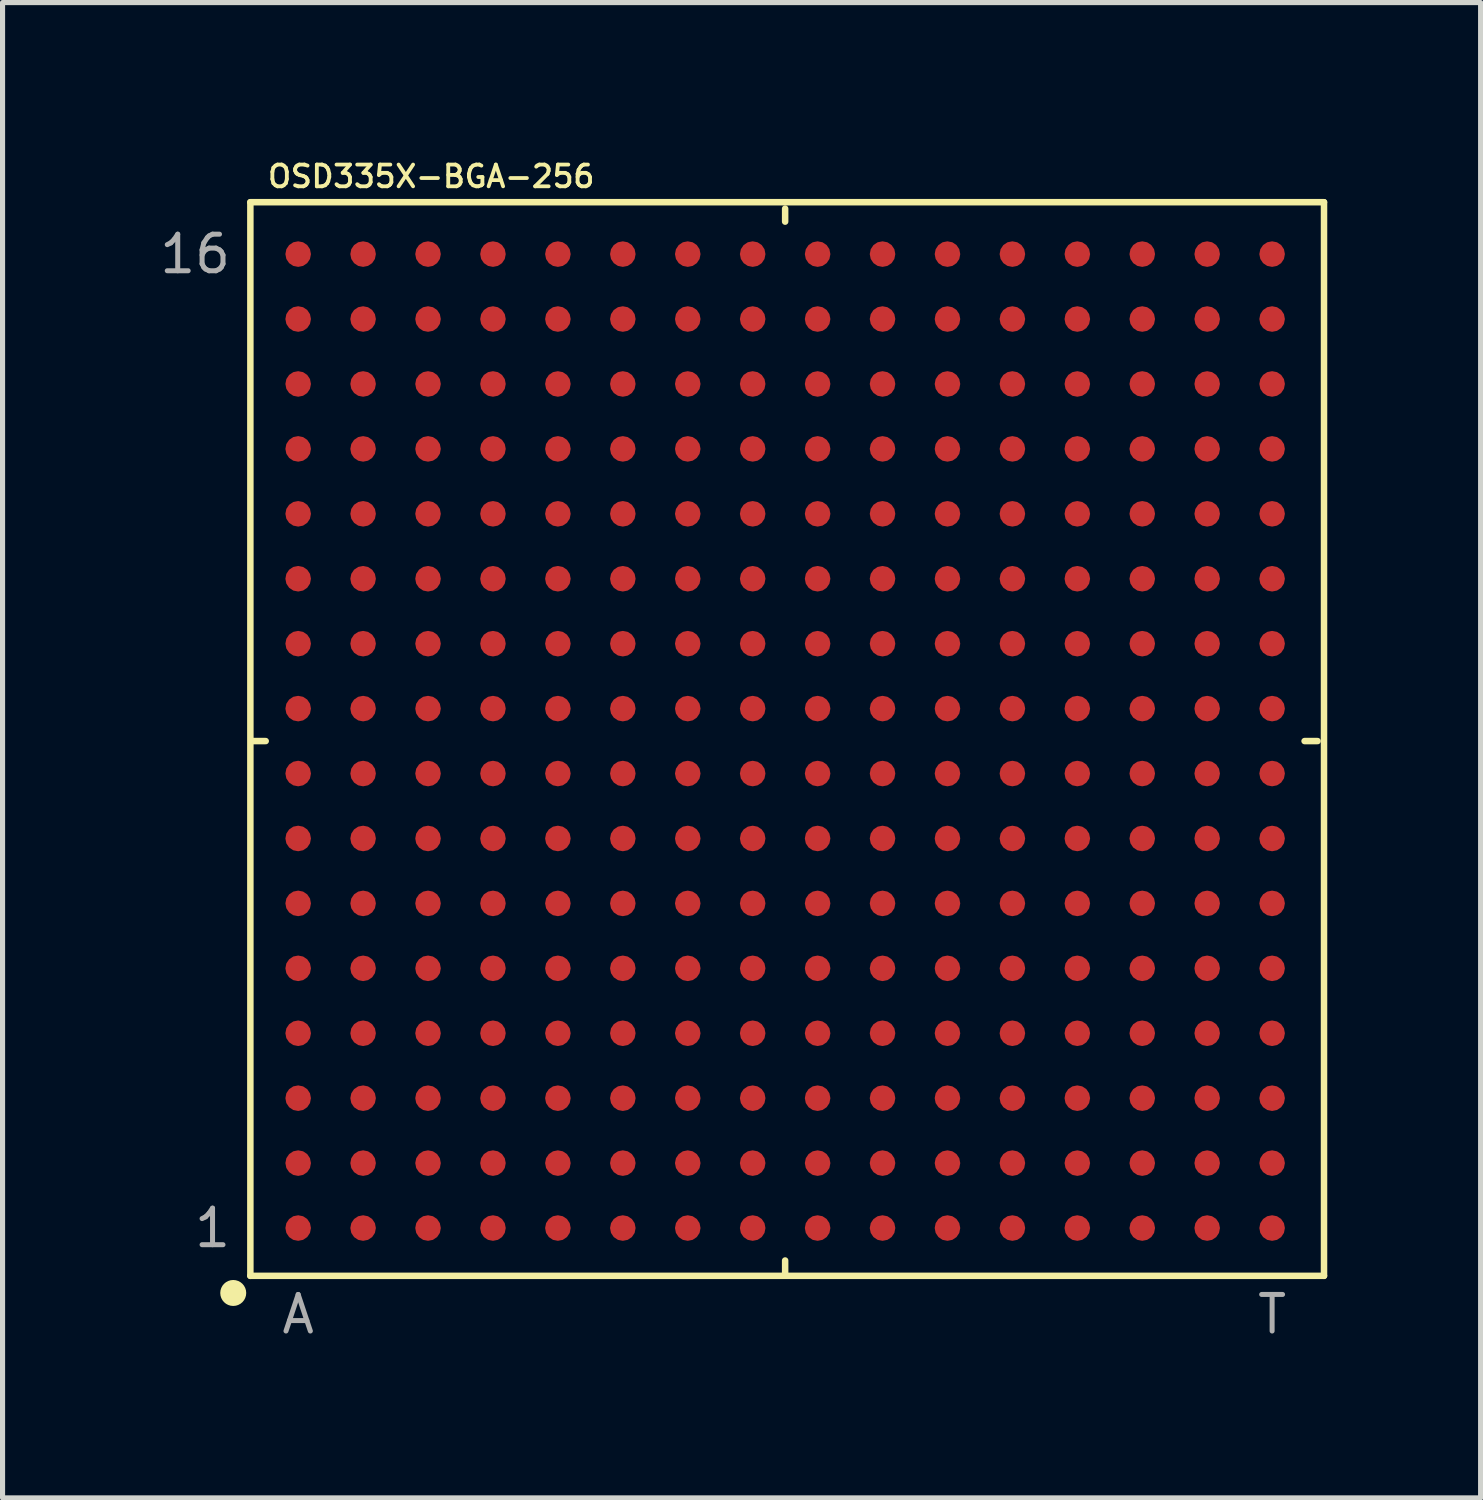
<source format=kicad_pcb>
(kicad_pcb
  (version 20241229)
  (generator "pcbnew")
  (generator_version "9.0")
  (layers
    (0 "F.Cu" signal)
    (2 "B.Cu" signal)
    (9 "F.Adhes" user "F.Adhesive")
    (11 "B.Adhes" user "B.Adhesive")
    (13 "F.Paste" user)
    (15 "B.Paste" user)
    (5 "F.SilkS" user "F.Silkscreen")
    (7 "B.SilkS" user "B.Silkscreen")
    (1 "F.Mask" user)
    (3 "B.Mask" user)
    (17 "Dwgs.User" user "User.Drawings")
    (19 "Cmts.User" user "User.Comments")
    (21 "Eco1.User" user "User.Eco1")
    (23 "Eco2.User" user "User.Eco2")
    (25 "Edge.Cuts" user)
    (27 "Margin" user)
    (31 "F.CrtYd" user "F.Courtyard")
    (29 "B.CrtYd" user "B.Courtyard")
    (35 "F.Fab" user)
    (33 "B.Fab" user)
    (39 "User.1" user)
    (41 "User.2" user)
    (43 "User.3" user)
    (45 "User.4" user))
  (footprint "OSD335X-BGA-256"
    (layer "F.Cu")
    (at 12.307 11.445)
    (property "Reference" "OSD335X-BGA-256" (at -10.16 -10.795 0) (unlocked yes) (layer "F.SilkS") (effects (font (size 0.425 0.425) (thickness 0.075)) (justify left bottom)))
    (fp_line (start -10.46 -10.54) (end -10.46 10.46) (stroke (width 0.127) (type solid)) (layer "F.SilkS"))
    (fp_line (start -10.46 10.46) (end 10.54 10.46) (stroke (width 0.127) (type solid)) (layer "F.SilkS"))
    (fp_line (start -10.414 0) (end -10.16 0) (stroke (width 0.127) (type solid)) (layer "F.SilkS"))
    (fp_line (start 0 -10.414) (end 0 -10.16) (stroke (width 0.127) (type solid)) (layer "F.SilkS"))
    (fp_line (start 0 10.414) (end 0 10.16) (stroke (width 0.127) (type solid)) (layer "F.SilkS"))
    (fp_line (start 10.414 0) (end 10.16 0) (stroke (width 0.127) (type solid)) (layer "F.SilkS"))
    (fp_line (start 10.54 -10.54) (end -10.46 -10.54) (stroke (width 0.127) (type solid)) (layer "F.SilkS"))
    (fp_line (start 10.54 10.46) (end 10.54 -10.54) (stroke (width 0.127) (type solid)) (layer "F.SilkS"))
    (fp_circle (center -10.795 10.795) (end -10.668 10.795) (stroke (width 0.254) (type solid)) (fill no) (layer "F.SilkS"))
    (fp_text user "1" (at -10.795 9.525 0) (unlocked yes) (layer "F.Fab") (effects (font (size 0.715 0.715) (thickness 0.098)) (justify right)))
    (fp_text user "A" (at -9.525 10.795 0) (unlocked yes) (layer "F.Fab") (effects (font (size 0.715 0.715) (thickness 0.098)) (justify top)))
    (fp_text user "16" (at -10.795 -9.525 0) (unlocked yes) (layer "F.Fab") (effects (font (size 0.715 0.715) (thickness 0.098)) (justify right)))
    (fp_text user "T" (at 9.525 10.795 0) (unlocked yes) (layer "F.Fab") (effects (font (size 0.715 0.715) (thickness 0.098)) (justify top)))
    (pad "A1" smd roundrect (at -9.525 9.525) (size 0.5 0.5) (layers "F.Cu" "F.Mask" "F.Paste") (roundrect_rratio 0.5))
    (pad "A2" smd roundrect (at -9.525 8.255) (size 0.5 0.5) (layers "F.Cu" "F.Mask" "F.Paste") (roundrect_rratio 0.5))
    (pad "A3" smd roundrect (at -9.525 6.985) (size 0.5 0.5) (layers "F.Cu" "F.Mask" "F.Paste") (roundrect_rratio 0.5))
    (pad "A4" smd roundrect (at -9.525 5.715) (size 0.5 0.5) (layers "F.Cu" "F.Mask" "F.Paste") (roundrect_rratio 0.5))
    (pad "A5" smd roundrect (at -9.525 4.445) (size 0.5 0.5) (layers "F.Cu" "F.Mask" "F.Paste") (roundrect_rratio 0.5))
    (pad "A6" smd roundrect (at -9.525 3.175) (size 0.5 0.5) (layers "F.Cu" "F.Mask" "F.Paste") (roundrect_rratio 0.5))
    (pad "A7" smd roundrect (at -9.525 1.905) (size 0.5 0.5) (layers "F.Cu" "F.Mask" "F.Paste") (roundrect_rratio 0.5))
    (pad "A8" smd roundrect (at -9.525 0.635) (size 0.5 0.5) (layers "F.Cu" "F.Mask" "F.Paste") (roundrect_rratio 0.5))
    (pad "A9" smd roundrect (at -9.525 -0.635) (size 0.5 0.5) (layers "F.Cu" "F.Mask" "F.Paste") (roundrect_rratio 0.5))
    (pad "A10" smd roundrect (at -9.525 -1.905) (size 0.5 0.5) (layers "F.Cu" "F.Mask" "F.Paste") (roundrect_rratio 0.5))
    (pad "A11" smd roundrect (at -9.525 -3.175) (size 0.5 0.5) (layers "F.Cu" "F.Mask" "F.Paste") (roundrect_rratio 0.5))
    (pad "A12" smd roundrect (at -9.525 -4.445) (size 0.5 0.5) (layers "F.Cu" "F.Mask" "F.Paste") (roundrect_rratio 0.5))
    (pad "A13" smd roundrect (at -9.525 -5.715) (size 0.5 0.5) (layers "F.Cu" "F.Mask" "F.Paste") (roundrect_rratio 0.5))
    (pad "A14" smd roundrect (at -9.525 -6.985) (size 0.5 0.5) (layers "F.Cu" "F.Mask" "F.Paste") (roundrect_rratio 0.5))
    (pad "A15" smd roundrect (at -9.525 -8.255) (size 0.5 0.5) (layers "F.Cu" "F.Mask" "F.Paste") (roundrect_rratio 0.5))
    (pad "A16" smd roundrect (at -9.525 -9.525) (size 0.5 0.5) (layers "F.Cu" "F.Mask" "F.Paste") (roundrect_rratio 0.5))
    (pad "B1" smd roundrect (at -8.255 9.525) (size 0.5 0.5) (layers "F.Cu" "F.Mask" "F.Paste") (roundrect_rratio 0.5))
    (pad "B2" smd roundrect (at -8.255 8.255) (size 0.5 0.5) (layers "F.Cu" "F.Mask" "F.Paste") (roundrect_rratio 0.5))
    (pad "B3" smd roundrect (at -8.255 6.985) (size 0.5 0.5) (layers "F.Cu" "F.Mask" "F.Paste") (roundrect_rratio 0.5))
    (pad "B4" smd roundrect (at -8.255 5.715) (size 0.5 0.5) (layers "F.Cu" "F.Mask" "F.Paste") (roundrect_rratio 0.5))
    (pad "B5" smd roundrect (at -8.255 4.445) (size 0.5 0.5) (layers "F.Cu" "F.Mask" "F.Paste") (roundrect_rratio 0.5))
    (pad "B6" smd roundrect (at -8.255 3.175) (size 0.5 0.5) (layers "F.Cu" "F.Mask" "F.Paste") (roundrect_rratio 0.5))
    (pad "B7" smd roundrect (at -8.255 1.905) (size 0.5 0.5) (layers "F.Cu" "F.Mask" "F.Paste") (roundrect_rratio 0.5))
    (pad "B8" smd roundrect (at -8.255 0.635) (size 0.5 0.5) (layers "F.Cu" "F.Mask" "F.Paste") (roundrect_rratio 0.5))
    (pad "B9" smd roundrect (at -8.255 -0.635) (size 0.5 0.5) (layers "F.Cu" "F.Mask" "F.Paste") (roundrect_rratio 0.5))
    (pad "B10" smd roundrect (at -8.255 -1.905) (size 0.5 0.5) (layers "F.Cu" "F.Mask" "F.Paste") (roundrect_rratio 0.5))
    (pad "B11" smd roundrect (at -8.255 -3.175) (size 0.5 0.5) (layers "F.Cu" "F.Mask" "F.Paste") (roundrect_rratio 0.5))
    (pad "B12" smd roundrect (at -8.255 -4.445) (size 0.5 0.5) (layers "F.Cu" "F.Mask" "F.Paste") (roundrect_rratio 0.5))
    (pad "B13" smd roundrect (at -8.255 -5.715) (size 0.5 0.5) (layers "F.Cu" "F.Mask" "F.Paste") (roundrect_rratio 0.5))
    (pad "B14" smd roundrect (at -8.255 -6.985) (size 0.5 0.5) (layers "F.Cu" "F.Mask" "F.Paste") (roundrect_rratio 0.5))
    (pad "B15" smd roundrect (at -8.255 -8.255) (size 0.5 0.5) (layers "F.Cu" "F.Mask" "F.Paste") (roundrect_rratio 0.5))
    (pad "B16" smd roundrect (at -8.255 -9.525) (size 0.5 0.5) (layers "F.Cu" "F.Mask" "F.Paste") (roundrect_rratio 0.5))
    (pad "C1" smd roundrect (at -6.985 9.525) (size 0.5 0.5) (layers "F.Cu" "F.Mask" "F.Paste") (roundrect_rratio 0.5))
    (pad "C2" smd roundrect (at -6.985 8.255) (size 0.5 0.5) (layers "F.Cu" "F.Mask" "F.Paste") (roundrect_rratio 0.5))
    (pad "C3" smd roundrect (at -6.985 6.985) (size 0.5 0.5) (layers "F.Cu" "F.Mask" "F.Paste") (roundrect_rratio 0.5))
    (pad "C4" smd roundrect (at -6.985 5.715) (size 0.5 0.5) (layers "F.Cu" "F.Mask" "F.Paste") (roundrect_rratio 0.5))
    (pad "C5" smd roundrect (at -6.985 4.445) (size 0.5 0.5) (layers "F.Cu" "F.Mask" "F.Paste") (roundrect_rratio 0.5))
    (pad "C6" smd roundrect (at -6.985 3.175) (size 0.5 0.5) (layers "F.Cu" "F.Mask" "F.Paste") (roundrect_rratio 0.5))
    (pad "C7" smd roundrect (at -6.985 1.905) (size 0.5 0.5) (layers "F.Cu" "F.Mask" "F.Paste") (roundrect_rratio 0.5))
    (pad "C8" smd roundrect (at -6.985 0.635) (size 0.5 0.5) (layers "F.Cu" "F.Mask" "F.Paste") (roundrect_rratio 0.5))
    (pad "C9" smd roundrect (at -6.985 -0.635) (size 0.5 0.5) (layers "F.Cu" "F.Mask" "F.Paste") (roundrect_rratio 0.5))
    (pad "C10" smd roundrect (at -6.985 -1.905) (size 0.5 0.5) (layers "F.Cu" "F.Mask" "F.Paste") (roundrect_rratio 0.5))
    (pad "C11" smd roundrect (at -6.985 -3.175) (size 0.5 0.5) (layers "F.Cu" "F.Mask" "F.Paste") (roundrect_rratio 0.5))
    (pad "C12" smd roundrect (at -6.985 -4.445) (size 0.5 0.5) (layers "F.Cu" "F.Mask" "F.Paste") (roundrect_rratio 0.5))
    (pad "C13" smd roundrect (at -6.985 -5.715) (size 0.5 0.5) (layers "F.Cu" "F.Mask" "F.Paste") (roundrect_rratio 0.5))
    (pad "C14" smd roundrect (at -6.985 -6.985) (size 0.5 0.5) (layers "F.Cu" "F.Mask" "F.Paste") (roundrect_rratio 0.5))
    (pad "C15" smd roundrect (at -6.985 -8.255) (size 0.5 0.5) (layers "F.Cu" "F.Mask" "F.Paste") (roundrect_rratio 0.5))
    (pad "C16" smd roundrect (at -6.985 -9.525) (size 0.5 0.5) (layers "F.Cu" "F.Mask" "F.Paste") (roundrect_rratio 0.5))
    (pad "D1" smd roundrect (at -5.715 9.525) (size 0.5 0.5) (layers "F.Cu" "F.Mask" "F.Paste") (roundrect_rratio 0.5))
    (pad "D2" smd roundrect (at -5.715 8.255) (size 0.5 0.5) (layers "F.Cu" "F.Mask" "F.Paste") (roundrect_rratio 0.5))
    (pad "D3" smd roundrect (at -5.715 6.985) (size 0.5 0.5) (layers "F.Cu" "F.Mask" "F.Paste") (roundrect_rratio 0.5))
    (pad "D4" smd roundrect (at -5.715 5.715) (size 0.5 0.5) (layers "F.Cu" "F.Mask" "F.Paste") (roundrect_rratio 0.5))
    (pad "D5" smd roundrect (at -5.715 4.445) (size 0.5 0.5) (layers "F.Cu" "F.Mask" "F.Paste") (roundrect_rratio 0.5))
    (pad "D6" smd roundrect (at -5.715 3.175) (size 0.5 0.5) (layers "F.Cu" "F.Mask" "F.Paste") (roundrect_rratio 0.5))
    (pad "D7" smd roundrect (at -5.715 1.905) (size 0.5 0.5) (layers "F.Cu" "F.Mask" "F.Paste") (roundrect_rratio 0.5))
    (pad "D8" smd roundrect (at -5.715 0.635) (size 0.5 0.5) (layers "F.Cu" "F.Mask" "F.Paste") (roundrect_rratio 0.5))
    (pad "D9" smd roundrect (at -5.715 -0.635) (size 0.5 0.5) (layers "F.Cu" "F.Mask" "F.Paste") (roundrect_rratio 0.5))
    (pad "D10" smd roundrect (at -5.715 -1.905) (size 0.5 0.5) (layers "F.Cu" "F.Mask" "F.Paste") (roundrect_rratio 0.5))
    (pad "D11" smd roundrect (at -5.715 -3.175) (size 0.5 0.5) (layers "F.Cu" "F.Mask" "F.Paste") (roundrect_rratio 0.5))
    (pad "D12" smd roundrect (at -5.715 -4.445) (size 0.5 0.5) (layers "F.Cu" "F.Mask" "F.Paste") (roundrect_rratio 0.5))
    (pad "D13" smd roundrect (at -5.715 -5.715) (size 0.5 0.5) (layers "F.Cu" "F.Mask" "F.Paste") (roundrect_rratio 0.5))
    (pad "D14" smd roundrect (at -5.715 -6.985) (size 0.5 0.5) (layers "F.Cu" "F.Mask" "F.Paste") (roundrect_rratio 0.5))
    (pad "D15" smd roundrect (at -5.715 -8.255) (size 0.5 0.5) (layers "F.Cu" "F.Mask" "F.Paste") (roundrect_rratio 0.5))
    (pad "D16" smd roundrect (at -5.715 -9.525) (size 0.5 0.5) (layers "F.Cu" "F.Mask" "F.Paste") (roundrect_rratio 0.5))
    (pad "E1" smd roundrect (at -4.445 9.525) (size 0.5 0.5) (layers "F.Cu" "F.Mask" "F.Paste") (roundrect_rratio 0.5))
    (pad "E2" smd roundrect (at -4.445 8.255) (size 0.5 0.5) (layers "F.Cu" "F.Mask" "F.Paste") (roundrect_rratio 0.5))
    (pad "E3" smd roundrect (at -4.445 6.985) (size 0.5 0.5) (layers "F.Cu" "F.Mask" "F.Paste") (roundrect_rratio 0.5))
    (pad "E4" smd roundrect (at -4.445 5.715) (size 0.5 0.5) (layers "F.Cu" "F.Mask" "F.Paste") (roundrect_rratio 0.5))
    (pad "E5" smd roundrect (at -4.445 4.445) (size 0.5 0.5) (layers "F.Cu" "F.Mask" "F.Paste") (roundrect_rratio 0.5))
    (pad "E6" smd roundrect (at -4.445 3.175) (size 0.5 0.5) (layers "F.Cu" "F.Mask" "F.Paste") (roundrect_rratio 0.5))
    (pad "E7" smd roundrect (at -4.445 1.905) (size 0.5 0.5) (layers "F.Cu" "F.Mask" "F.Paste") (roundrect_rratio 0.5))
    (pad "E8" smd roundrect (at -4.445 0.635) (size 0.5 0.5) (layers "F.Cu" "F.Mask" "F.Paste") (roundrect_rratio 0.5))
    (pad "E9" smd roundrect (at -4.445 -0.635) (size 0.5 0.5) (layers "F.Cu" "F.Mask" "F.Paste") (roundrect_rratio 0.5))
    (pad "E10" smd roundrect (at -4.445 -1.905) (size 0.5 0.5) (layers "F.Cu" "F.Mask" "F.Paste") (roundrect_rratio 0.5))
    (pad "E11" smd roundrect (at -4.445 -3.175) (size 0.5 0.5) (layers "F.Cu" "F.Mask" "F.Paste") (roundrect_rratio 0.5))
    (pad "E12" smd roundrect (at -4.445 -4.445) (size 0.5 0.5) (layers "F.Cu" "F.Mask" "F.Paste") (roundrect_rratio 0.5))
    (pad "E13" smd roundrect (at -4.445 -5.715) (size 0.5 0.5) (layers "F.Cu" "F.Mask" "F.Paste") (roundrect_rratio 0.5))
    (pad "E14" smd roundrect (at -4.445 -6.985) (size 0.5 0.5) (layers "F.Cu" "F.Mask" "F.Paste") (roundrect_rratio 0.5))
    (pad "E15" smd roundrect (at -4.445 -8.255) (size 0.5 0.5) (layers "F.Cu" "F.Mask" "F.Paste") (roundrect_rratio 0.5))
    (pad "E16" smd roundrect (at -4.445 -9.525) (size 0.5 0.5) (layers "F.Cu" "F.Mask" "F.Paste") (roundrect_rratio 0.5))
    (pad "F1" smd roundrect (at -3.175 9.525) (size 0.5 0.5) (layers "F.Cu" "F.Mask" "F.Paste") (roundrect_rratio 0.5))
    (pad "F2" smd roundrect (at -3.175 8.255) (size 0.5 0.5) (layers "F.Cu" "F.Mask" "F.Paste") (roundrect_rratio 0.5))
    (pad "F3" smd roundrect (at -3.175 6.985) (size 0.5 0.5) (layers "F.Cu" "F.Mask" "F.Paste") (roundrect_rratio 0.5))
    (pad "F4" smd roundrect (at -3.175 5.715) (size 0.5 0.5) (layers "F.Cu" "F.Mask" "F.Paste") (roundrect_rratio 0.5))
    (pad "F5" smd roundrect (at -3.175 4.445) (size 0.5 0.5) (layers "F.Cu" "F.Mask" "F.Paste") (roundrect_rratio 0.5))
    (pad "F6" smd roundrect (at -3.175 3.175) (size 0.5 0.5) (layers "F.Cu" "F.Mask" "F.Paste") (roundrect_rratio 0.5))
    (pad "F7" smd roundrect (at -3.175 1.905) (size 0.5 0.5) (layers "F.Cu" "F.Mask" "F.Paste") (roundrect_rratio 0.5))
    (pad "F8" smd roundrect (at -3.175 0.635) (size 0.5 0.5) (layers "F.Cu" "F.Mask" "F.Paste") (roundrect_rratio 0.5))
    (pad "F9" smd roundrect (at -3.175 -0.635) (size 0.5 0.5) (layers "F.Cu" "F.Mask" "F.Paste") (roundrect_rratio 0.5))
    (pad "F10" smd roundrect (at -3.175 -1.905) (size 0.5 0.5) (layers "F.Cu" "F.Mask" "F.Paste") (roundrect_rratio 0.5))
    (pad "F11" smd roundrect (at -3.175 -3.175) (size 0.5 0.5) (layers "F.Cu" "F.Mask" "F.Paste") (roundrect_rratio 0.5))
    (pad "F12" smd roundrect (at -3.175 -4.445) (size 0.5 0.5) (layers "F.Cu" "F.Mask" "F.Paste") (roundrect_rratio 0.5))
    (pad "F13" smd roundrect (at -3.175 -5.715) (size 0.5 0.5) (layers "F.Cu" "F.Mask" "F.Paste") (roundrect_rratio 0.5))
    (pad "F14" smd roundrect (at -3.175 -6.985) (size 0.5 0.5) (layers "F.Cu" "F.Mask" "F.Paste") (roundrect_rratio 0.5))
    (pad "F15" smd roundrect (at -3.175 -8.255) (size 0.5 0.5) (layers "F.Cu" "F.Mask" "F.Paste") (roundrect_rratio 0.5))
    (pad "F16" smd roundrect (at -3.175 -9.525) (size 0.5 0.5) (layers "F.Cu" "F.Mask" "F.Paste") (roundrect_rratio 0.5))
    (pad "G1" smd roundrect (at -1.905 9.525) (size 0.5 0.5) (layers "F.Cu" "F.Mask" "F.Paste") (roundrect_rratio 0.5))
    (pad "G2" smd roundrect (at -1.905 8.255) (size 0.5 0.5) (layers "F.Cu" "F.Mask" "F.Paste") (roundrect_rratio 0.5))
    (pad "G3" smd roundrect (at -1.905 6.985) (size 0.5 0.5) (layers "F.Cu" "F.Mask" "F.Paste") (roundrect_rratio 0.5))
    (pad "G4" smd roundrect (at -1.905 5.715) (size 0.5 0.5) (layers "F.Cu" "F.Mask" "F.Paste") (roundrect_rratio 0.5))
    (pad "G5" smd roundrect (at -1.905 4.445) (size 0.5 0.5) (layers "F.Cu" "F.Mask" "F.Paste") (roundrect_rratio 0.5))
    (pad "G6" smd roundrect (at -1.905 3.175) (size 0.5 0.5) (layers "F.Cu" "F.Mask" "F.Paste") (roundrect_rratio 0.5))
    (pad "G7" smd roundrect (at -1.905 1.905) (size 0.5 0.5) (layers "F.Cu" "F.Mask" "F.Paste") (roundrect_rratio 0.5))
    (pad "G8" smd roundrect (at -1.905 0.635) (size 0.5 0.5) (layers "F.Cu" "F.Mask" "F.Paste") (roundrect_rratio 0.5))
    (pad "G9" smd roundrect (at -1.905 -0.635) (size 0.5 0.5) (layers "F.Cu" "F.Mask" "F.Paste") (roundrect_rratio 0.5))
    (pad "G10" smd roundrect (at -1.905 -1.905) (size 0.5 0.5) (layers "F.Cu" "F.Mask" "F.Paste") (roundrect_rratio 0.5))
    (pad "G11" smd roundrect (at -1.905 -3.175) (size 0.5 0.5) (layers "F.Cu" "F.Mask" "F.Paste") (roundrect_rratio 0.5))
    (pad "G12" smd roundrect (at -1.905 -4.445) (size 0.5 0.5) (layers "F.Cu" "F.Mask" "F.Paste") (roundrect_rratio 0.5))
    (pad "G13" smd roundrect (at -1.905 -5.715) (size 0.5 0.5) (layers "F.Cu" "F.Mask" "F.Paste") (roundrect_rratio 0.5))
    (pad "G14" smd roundrect (at -1.905 -6.985) (size 0.5 0.5) (layers "F.Cu" "F.Mask" "F.Paste") (roundrect_rratio 0.5))
    (pad "G15" smd roundrect (at -1.905 -8.255) (size 0.5 0.5) (layers "F.Cu" "F.Mask" "F.Paste") (roundrect_rratio 0.5))
    (pad "G16" smd roundrect (at -1.905 -9.525) (size 0.5 0.5) (layers "F.Cu" "F.Mask" "F.Paste") (roundrect_rratio 0.5))
    (pad "H1" smd roundrect (at -0.635 9.525) (size 0.5 0.5) (layers "F.Cu" "F.Mask" "F.Paste") (roundrect_rratio 0.5))
    (pad "H2" smd roundrect (at -0.635 8.255) (size 0.5 0.5) (layers "F.Cu" "F.Mask" "F.Paste") (roundrect_rratio 0.5))
    (pad "H3" smd roundrect (at -0.635 6.985) (size 0.5 0.5) (layers "F.Cu" "F.Mask" "F.Paste") (roundrect_rratio 0.5))
    (pad "H4" smd roundrect (at -0.635 5.715) (size 0.5 0.5) (layers "F.Cu" "F.Mask" "F.Paste") (roundrect_rratio 0.5))
    (pad "H5" smd roundrect (at -0.635 4.445) (size 0.5 0.5) (layers "F.Cu" "F.Mask" "F.Paste") (roundrect_rratio 0.5))
    (pad "H6" smd roundrect (at -0.635 3.175) (size 0.5 0.5) (layers "F.Cu" "F.Mask" "F.Paste") (roundrect_rratio 0.5))
    (pad "H7" smd roundrect (at -0.635 1.905) (size 0.5 0.5) (layers "F.Cu" "F.Mask" "F.Paste") (roundrect_rratio 0.5))
    (pad "H8" smd roundrect (at -0.635 0.635) (size 0.5 0.5) (layers "F.Cu" "F.Mask" "F.Paste") (roundrect_rratio 0.5))
    (pad "H9" smd roundrect (at -0.635 -0.635) (size 0.5 0.5) (layers "F.Cu" "F.Mask" "F.Paste") (roundrect_rratio 0.5))
    (pad "H10" smd roundrect (at -0.635 -1.905) (size 0.5 0.5) (layers "F.Cu" "F.Mask" "F.Paste") (roundrect_rratio 0.5))
    (pad "H11" smd roundrect (at -0.635 -3.175) (size 0.5 0.5) (layers "F.Cu" "F.Mask" "F.Paste") (roundrect_rratio 0.5))
    (pad "H12" smd roundrect (at -0.635 -4.445) (size 0.5 0.5) (layers "F.Cu" "F.Mask" "F.Paste") (roundrect_rratio 0.5))
    (pad "H13" smd roundrect (at -0.635 -5.715) (size 0.5 0.5) (layers "F.Cu" "F.Mask" "F.Paste") (roundrect_rratio 0.5))
    (pad "H14" smd roundrect (at -0.635 -6.985) (size 0.5 0.5) (layers "F.Cu" "F.Mask" "F.Paste") (roundrect_rratio 0.5))
    (pad "H15" smd roundrect (at -0.635 -8.255) (size 0.5 0.5) (layers "F.Cu" "F.Mask" "F.Paste") (roundrect_rratio 0.5))
    (pad "H16" smd roundrect (at -0.635 -9.525) (size 0.5 0.5) (layers "F.Cu" "F.Mask" "F.Paste") (roundrect_rratio 0.5))
    (pad "J1" smd roundrect (at 0.635 9.525) (size 0.5 0.5) (layers "F.Cu" "F.Mask" "F.Paste") (roundrect_rratio 0.5))
    (pad "J2" smd roundrect (at 0.635 8.255) (size 0.5 0.5) (layers "F.Cu" "F.Mask" "F.Paste") (roundrect_rratio 0.5))
    (pad "J3" smd roundrect (at 0.635 6.985) (size 0.5 0.5) (layers "F.Cu" "F.Mask" "F.Paste") (roundrect_rratio 0.5))
    (pad "J4" smd roundrect (at 0.635 5.715) (size 0.5 0.5) (layers "F.Cu" "F.Mask" "F.Paste") (roundrect_rratio 0.5))
    (pad "J5" smd roundrect (at 0.635 4.445) (size 0.5 0.5) (layers "F.Cu" "F.Mask" "F.Paste") (roundrect_rratio 0.5))
    (pad "J6" smd roundrect (at 0.635 3.175) (size 0.5 0.5) (layers "F.Cu" "F.Mask" "F.Paste") (roundrect_rratio 0.5))
    (pad "J7" smd roundrect (at 0.635 1.905) (size 0.5 0.5) (layers "F.Cu" "F.Mask" "F.Paste") (roundrect_rratio 0.5))
    (pad "J8" smd roundrect (at 0.635 0.635) (size 0.5 0.5) (layers "F.Cu" "F.Mask" "F.Paste") (roundrect_rratio 0.5))
    (pad "J9" smd roundrect (at 0.635 -0.635) (size 0.5 0.5) (layers "F.Cu" "F.Mask" "F.Paste") (roundrect_rratio 0.5))
    (pad "J10" smd roundrect (at 0.635 -1.905) (size 0.5 0.5) (layers "F.Cu" "F.Mask" "F.Paste") (roundrect_rratio 0.5))
    (pad "J11" smd roundrect (at 0.635 -3.175) (size 0.5 0.5) (layers "F.Cu" "F.Mask" "F.Paste") (roundrect_rratio 0.5))
    (pad "J12" smd roundrect (at 0.635 -4.445) (size 0.5 0.5) (layers "F.Cu" "F.Mask" "F.Paste") (roundrect_rratio 0.5))
    (pad "J13" smd roundrect (at 0.635 -5.715) (size 0.5 0.5) (layers "F.Cu" "F.Mask" "F.Paste") (roundrect_rratio 0.5))
    (pad "J14" smd roundrect (at 0.635 -6.985) (size 0.5 0.5) (layers "F.Cu" "F.Mask" "F.Paste") (roundrect_rratio 0.5))
    (pad "J15" smd roundrect (at 0.635 -8.255) (size 0.5 0.5) (layers "F.Cu" "F.Mask" "F.Paste") (roundrect_rratio 0.5))
    (pad "J16" smd roundrect (at 0.635 -9.525) (size 0.5 0.5) (layers "F.Cu" "F.Mask" "F.Paste") (roundrect_rratio 0.5))
    (pad "K1" smd roundrect (at 1.905 9.525) (size 0.5 0.5) (layers "F.Cu" "F.Mask" "F.Paste") (roundrect_rratio 0.5))
    (pad "K2" smd roundrect (at 1.905 8.255) (size 0.5 0.5) (layers "F.Cu" "F.Mask" "F.Paste") (roundrect_rratio 0.5))
    (pad "K3" smd roundrect (at 1.905 6.985) (size 0.5 0.5) (layers "F.Cu" "F.Mask" "F.Paste") (roundrect_rratio 0.5))
    (pad "K4" smd roundrect (at 1.905 5.715) (size 0.5 0.5) (layers "F.Cu" "F.Mask" "F.Paste") (roundrect_rratio 0.5))
    (pad "K5" smd roundrect (at 1.905 4.445) (size 0.5 0.5) (layers "F.Cu" "F.Mask" "F.Paste") (roundrect_rratio 0.5))
    (pad "K6" smd roundrect (at 1.905 3.175) (size 0.5 0.5) (layers "F.Cu" "F.Mask" "F.Paste") (roundrect_rratio 0.5))
    (pad "K7" smd roundrect (at 1.905 1.905) (size 0.5 0.5) (layers "F.Cu" "F.Mask" "F.Paste") (roundrect_rratio 0.5))
    (pad "K8" smd roundrect (at 1.905 0.635) (size 0.5 0.5) (layers "F.Cu" "F.Mask" "F.Paste") (roundrect_rratio 0.5))
    (pad "K9" smd roundrect (at 1.905 -0.635) (size 0.5 0.5) (layers "F.Cu" "F.Mask" "F.Paste") (roundrect_rratio 0.5))
    (pad "K10" smd roundrect (at 1.905 -1.905) (size 0.5 0.5) (layers "F.Cu" "F.Mask" "F.Paste") (roundrect_rratio 0.5))
    (pad "K11" smd roundrect (at 1.905 -3.175) (size 0.5 0.5) (layers "F.Cu" "F.Mask" "F.Paste") (roundrect_rratio 0.5))
    (pad "K12" smd roundrect (at 1.905 -4.445) (size 0.5 0.5) (layers "F.Cu" "F.Mask" "F.Paste") (roundrect_rratio 0.5))
    (pad "K13" smd roundrect (at 1.905 -5.715) (size 0.5 0.5) (layers "F.Cu" "F.Mask" "F.Paste") (roundrect_rratio 0.5))
    (pad "K14" smd roundrect (at 1.905 -6.985) (size 0.5 0.5) (layers "F.Cu" "F.Mask" "F.Paste") (roundrect_rratio 0.5))
    (pad "K15" smd roundrect (at 1.905 -8.255) (size 0.5 0.5) (layers "F.Cu" "F.Mask" "F.Paste") (roundrect_rratio 0.5))
    (pad "K16" smd roundrect (at 1.905 -9.525) (size 0.5 0.5) (layers "F.Cu" "F.Mask" "F.Paste") (roundrect_rratio 0.5))
    (pad "L1" smd roundrect (at 3.175 9.525) (size 0.5 0.5) (layers "F.Cu" "F.Mask" "F.Paste") (roundrect_rratio 0.5))
    (pad "L2" smd roundrect (at 3.175 8.255) (size 0.5 0.5) (layers "F.Cu" "F.Mask" "F.Paste") (roundrect_rratio 0.5))
    (pad "L3" smd roundrect (at 3.175 6.985) (size 0.5 0.5) (layers "F.Cu" "F.Mask" "F.Paste") (roundrect_rratio 0.5))
    (pad "L4" smd roundrect (at 3.175 5.715) (size 0.5 0.5) (layers "F.Cu" "F.Mask" "F.Paste") (roundrect_rratio 0.5))
    (pad "L5" smd roundrect (at 3.175 4.445) (size 0.5 0.5) (layers "F.Cu" "F.Mask" "F.Paste") (roundrect_rratio 0.5))
    (pad "L6" smd roundrect (at 3.175 3.175) (size 0.5 0.5) (layers "F.Cu" "F.Mask" "F.Paste") (roundrect_rratio 0.5))
    (pad "L7" smd roundrect (at 3.175 1.905) (size 0.5 0.5) (layers "F.Cu" "F.Mask" "F.Paste") (roundrect_rratio 0.5))
    (pad "L8" smd roundrect (at 3.175 0.635) (size 0.5 0.5) (layers "F.Cu" "F.Mask" "F.Paste") (roundrect_rratio 0.5))
    (pad "L9" smd roundrect (at 3.175 -0.635) (size 0.5 0.5) (layers "F.Cu" "F.Mask" "F.Paste") (roundrect_rratio 0.5))
    (pad "L10" smd roundrect (at 3.175 -1.905) (size 0.5 0.5) (layers "F.Cu" "F.Mask" "F.Paste") (roundrect_rratio 0.5))
    (pad "L11" smd roundrect (at 3.175 -3.175) (size 0.5 0.5) (layers "F.Cu" "F.Mask" "F.Paste") (roundrect_rratio 0.5))
    (pad "L12" smd roundrect (at 3.175 -4.445) (size 0.5 0.5) (layers "F.Cu" "F.Mask" "F.Paste") (roundrect_rratio 0.5))
    (pad "L13" smd roundrect (at 3.175 -5.715) (size 0.5 0.5) (layers "F.Cu" "F.Mask" "F.Paste") (roundrect_rratio 0.5))
    (pad "L14" smd roundrect (at 3.175 -6.985) (size 0.5 0.5) (layers "F.Cu" "F.Mask" "F.Paste") (roundrect_rratio 0.5))
    (pad "L15" smd roundrect (at 3.175 -8.255) (size 0.5 0.5) (layers "F.Cu" "F.Mask" "F.Paste") (roundrect_rratio 0.5))
    (pad "L16" smd roundrect (at 3.175 -9.525) (size 0.5 0.5) (layers "F.Cu" "F.Mask" "F.Paste") (roundrect_rratio 0.5))
    (pad "M1" smd roundrect (at 4.445 9.525) (size 0.5 0.5) (layers "F.Cu" "F.Mask" "F.Paste") (roundrect_rratio 0.5))
    (pad "M2" smd roundrect (at 4.445 8.255) (size 0.5 0.5) (layers "F.Cu" "F.Mask" "F.Paste") (roundrect_rratio 0.5))
    (pad "M3" smd roundrect (at 4.445 6.985) (size 0.5 0.5) (layers "F.Cu" "F.Mask" "F.Paste") (roundrect_rratio 0.5))
    (pad "M4" smd roundrect (at 4.445 5.715) (size 0.5 0.5) (layers "F.Cu" "F.Mask" "F.Paste") (roundrect_rratio 0.5))
    (pad "M5" smd roundrect (at 4.445 4.445) (size 0.5 0.5) (layers "F.Cu" "F.Mask" "F.Paste") (roundrect_rratio 0.5))
    (pad "M6" smd roundrect (at 4.445 3.175) (size 0.5 0.5) (layers "F.Cu" "F.Mask" "F.Paste") (roundrect_rratio 0.5))
    (pad "M7" smd roundrect (at 4.445 1.905) (size 0.5 0.5) (layers "F.Cu" "F.Mask" "F.Paste") (roundrect_rratio 0.5))
    (pad "M8" smd roundrect (at 4.445 0.635) (size 0.5 0.5) (layers "F.Cu" "F.Mask" "F.Paste") (roundrect_rratio 0.5))
    (pad "M9" smd roundrect (at 4.445 -0.635) (size 0.5 0.5) (layers "F.Cu" "F.Mask" "F.Paste") (roundrect_rratio 0.5))
    (pad "M10" smd roundrect (at 4.445 -1.905) (size 0.5 0.5) (layers "F.Cu" "F.Mask" "F.Paste") (roundrect_rratio 0.5))
    (pad "M11" smd roundrect (at 4.445 -3.175) (size 0.5 0.5) (layers "F.Cu" "F.Mask" "F.Paste") (roundrect_rratio 0.5))
    (pad "M12" smd roundrect (at 4.445 -4.445) (size 0.5 0.5) (layers "F.Cu" "F.Mask" "F.Paste") (roundrect_rratio 0.5))
    (pad "M13" smd roundrect (at 4.445 -5.715) (size 0.5 0.5) (layers "F.Cu" "F.Mask" "F.Paste") (roundrect_rratio 0.5))
    (pad "M14" smd roundrect (at 4.445 -6.985) (size 0.5 0.5) (layers "F.Cu" "F.Mask" "F.Paste") (roundrect_rratio 0.5))
    (pad "M15" smd roundrect (at 4.445 -8.255) (size 0.5 0.5) (layers "F.Cu" "F.Mask" "F.Paste") (roundrect_rratio 0.5))
    (pad "M16" smd roundrect (at 4.445 -9.525) (size 0.5 0.5) (layers "F.Cu" "F.Mask" "F.Paste") (roundrect_rratio 0.5))
    (pad "N1" smd roundrect (at 5.715 9.525) (size 0.5 0.5) (layers "F.Cu" "F.Mask" "F.Paste") (roundrect_rratio 0.5))
    (pad "N2" smd roundrect (at 5.715 8.255) (size 0.5 0.5) (layers "F.Cu" "F.Mask" "F.Paste") (roundrect_rratio 0.5))
    (pad "N3" smd roundrect (at 5.715 6.985) (size 0.5 0.5) (layers "F.Cu" "F.Mask" "F.Paste") (roundrect_rratio 0.5))
    (pad "N4" smd roundrect (at 5.715 5.715) (size 0.5 0.5) (layers "F.Cu" "F.Mask" "F.Paste") (roundrect_rratio 0.5))
    (pad "N5" smd roundrect (at 5.715 4.445) (size 0.5 0.5) (layers "F.Cu" "F.Mask" "F.Paste") (roundrect_rratio 0.5))
    (pad "N6" smd roundrect (at 5.715 3.175) (size 0.5 0.5) (layers "F.Cu" "F.Mask" "F.Paste") (roundrect_rratio 0.5))
    (pad "N7" smd roundrect (at 5.715 1.905) (size 0.5 0.5) (layers "F.Cu" "F.Mask" "F.Paste") (roundrect_rratio 0.5))
    (pad "N8" smd roundrect (at 5.715 0.635) (size 0.5 0.5) (layers "F.Cu" "F.Mask" "F.Paste") (roundrect_rratio 0.5))
    (pad "N9" smd roundrect (at 5.715 -0.635) (size 0.5 0.5) (layers "F.Cu" "F.Mask" "F.Paste") (roundrect_rratio 0.5))
    (pad "N10" smd roundrect (at 5.715 -1.905) (size 0.5 0.5) (layers "F.Cu" "F.Mask" "F.Paste") (roundrect_rratio 0.5))
    (pad "N11" smd roundrect (at 5.715 -3.175) (size 0.5 0.5) (layers "F.Cu" "F.Mask" "F.Paste") (roundrect_rratio 0.5))
    (pad "N12" smd roundrect (at 5.715 -4.445) (size 0.5 0.5) (layers "F.Cu" "F.Mask" "F.Paste") (roundrect_rratio 0.5))
    (pad "N13" smd roundrect (at 5.715 -5.715) (size 0.5 0.5) (layers "F.Cu" "F.Mask" "F.Paste") (roundrect_rratio 0.5))
    (pad "N14" smd roundrect (at 5.715 -6.985) (size 0.5 0.5) (layers "F.Cu" "F.Mask" "F.Paste") (roundrect_rratio 0.5))
    (pad "N15" smd roundrect (at 5.715 -8.255) (size 0.5 0.5) (layers "F.Cu" "F.Mask" "F.Paste") (roundrect_rratio 0.5))
    (pad "N16" smd roundrect (at 5.715 -9.525) (size 0.5 0.5) (layers "F.Cu" "F.Mask" "F.Paste") (roundrect_rratio 0.5))
    (pad "P1" smd roundrect (at 6.985 9.525) (size 0.5 0.5) (layers "F.Cu" "F.Mask" "F.Paste") (roundrect_rratio 0.5))
    (pad "P2" smd roundrect (at 6.985 8.255) (size 0.5 0.5) (layers "F.Cu" "F.Mask" "F.Paste") (roundrect_rratio 0.5))
    (pad "P3" smd roundrect (at 6.985 6.985) (size 0.5 0.5) (layers "F.Cu" "F.Mask" "F.Paste") (roundrect_rratio 0.5))
    (pad "P4" smd roundrect (at 6.985 5.715) (size 0.5 0.5) (layers "F.Cu" "F.Mask" "F.Paste") (roundrect_rratio 0.5))
    (pad "P5" smd roundrect (at 6.985 4.445) (size 0.5 0.5) (layers "F.Cu" "F.Mask" "F.Paste") (roundrect_rratio 0.5))
    (pad "P6" smd roundrect (at 6.985 3.175) (size 0.5 0.5) (layers "F.Cu" "F.Mask" "F.Paste") (roundrect_rratio 0.5))
    (pad "P7" smd roundrect (at 6.985 1.905) (size 0.5 0.5) (layers "F.Cu" "F.Mask" "F.Paste") (roundrect_rratio 0.5))
    (pad "P8" smd roundrect (at 6.985 0.635) (size 0.5 0.5) (layers "F.Cu" "F.Mask" "F.Paste") (roundrect_rratio 0.5))
    (pad "P9" smd roundrect (at 6.985 -0.635) (size 0.5 0.5) (layers "F.Cu" "F.Mask" "F.Paste") (roundrect_rratio 0.5))
    (pad "P10" smd roundrect (at 6.985 -1.905) (size 0.5 0.5) (layers "F.Cu" "F.Mask" "F.Paste") (roundrect_rratio 0.5))
    (pad "P11" smd roundrect (at 6.985 -3.175) (size 0.5 0.5) (layers "F.Cu" "F.Mask" "F.Paste") (roundrect_rratio 0.5))
    (pad "P12" smd roundrect (at 6.985 -4.445) (size 0.5 0.5) (layers "F.Cu" "F.Mask" "F.Paste") (roundrect_rratio 0.5))
    (pad "P13" smd roundrect (at 6.985 -5.715) (size 0.5 0.5) (layers "F.Cu" "F.Mask" "F.Paste") (roundrect_rratio 0.5))
    (pad "P14" smd roundrect (at 6.985 -6.985) (size 0.5 0.5) (layers "F.Cu" "F.Mask" "F.Paste") (roundrect_rratio 0.5))
    (pad "P15" smd roundrect (at 6.985 -8.255) (size 0.5 0.5) (layers "F.Cu" "F.Mask" "F.Paste") (roundrect_rratio 0.5))
    (pad "P16" smd roundrect (at 6.985 -9.525) (size 0.5 0.5) (layers "F.Cu" "F.Mask" "F.Paste") (roundrect_rratio 0.5))
    (pad "R1" smd roundrect (at 8.255 9.525) (size 0.5 0.5) (layers "F.Cu" "F.Mask" "F.Paste") (roundrect_rratio 0.5))
    (pad "R2" smd roundrect (at 8.255 8.255) (size 0.5 0.5) (layers "F.Cu" "F.Mask" "F.Paste") (roundrect_rratio 0.5))
    (pad "R3" smd roundrect (at 8.255 6.985) (size 0.5 0.5) (layers "F.Cu" "F.Mask" "F.Paste") (roundrect_rratio 0.5))
    (pad "R4" smd roundrect (at 8.255 5.715) (size 0.5 0.5) (layers "F.Cu" "F.Mask" "F.Paste") (roundrect_rratio 0.5))
    (pad "R5" smd roundrect (at 8.255 4.445) (size 0.5 0.5) (layers "F.Cu" "F.Mask" "F.Paste") (roundrect_rratio 0.5))
    (pad "R6" smd roundrect (at 8.255 3.175) (size 0.5 0.5) (layers "F.Cu" "F.Mask" "F.Paste") (roundrect_rratio 0.5))
    (pad "R7" smd roundrect (at 8.255 1.905) (size 0.5 0.5) (layers "F.Cu" "F.Mask" "F.Paste") (roundrect_rratio 0.5))
    (pad "R8" smd roundrect (at 8.255 0.635) (size 0.5 0.5) (layers "F.Cu" "F.Mask" "F.Paste") (roundrect_rratio 0.5))
    (pad "R9" smd roundrect (at 8.255 -0.635) (size 0.5 0.5) (layers "F.Cu" "F.Mask" "F.Paste") (roundrect_rratio 0.5))
    (pad "R10" smd roundrect (at 8.255 -1.905) (size 0.5 0.5) (layers "F.Cu" "F.Mask" "F.Paste") (roundrect_rratio 0.5))
    (pad "R11" smd roundrect (at 8.255 -3.175) (size 0.5 0.5) (layers "F.Cu" "F.Mask" "F.Paste") (roundrect_rratio 0.5))
    (pad "R12" smd roundrect (at 8.255 -4.445) (size 0.5 0.5) (layers "F.Cu" "F.Mask" "F.Paste") (roundrect_rratio 0.5))
    (pad "R13" smd roundrect (at 8.255 -5.715) (size 0.5 0.5) (layers "F.Cu" "F.Mask" "F.Paste") (roundrect_rratio 0.5))
    (pad "R14" smd roundrect (at 8.255 -6.985) (size 0.5 0.5) (layers "F.Cu" "F.Mask" "F.Paste") (roundrect_rratio 0.5))
    (pad "R15" smd roundrect (at 8.255 -8.255) (size 0.5 0.5) (layers "F.Cu" "F.Mask" "F.Paste") (roundrect_rratio 0.5))
    (pad "R16" smd roundrect (at 8.255 -9.525) (size 0.5 0.5) (layers "F.Cu" "F.Mask" "F.Paste") (roundrect_rratio 0.5))
    (pad "T1" smd roundrect (at 9.525 9.525) (size 0.5 0.5) (layers "F.Cu" "F.Mask" "F.Paste") (roundrect_rratio 0.5))
    (pad "T2" smd roundrect (at 9.525 8.255) (size 0.5 0.5) (layers "F.Cu" "F.Mask" "F.Paste") (roundrect_rratio 0.5))
    (pad "T3" smd roundrect (at 9.525 6.985) (size 0.5 0.5) (layers "F.Cu" "F.Mask" "F.Paste") (roundrect_rratio 0.5))
    (pad "T4" smd roundrect (at 9.525 5.715) (size 0.5 0.5) (layers "F.Cu" "F.Mask" "F.Paste") (roundrect_rratio 0.5))
    (pad "T5" smd roundrect (at 9.525 4.445) (size 0.5 0.5) (layers "F.Cu" "F.Mask" "F.Paste") (roundrect_rratio 0.5))
    (pad "T6" smd roundrect (at 9.525 3.175) (size 0.5 0.5) (layers "F.Cu" "F.Mask" "F.Paste") (roundrect_rratio 0.5))
    (pad "T7" smd roundrect (at 9.525 1.905) (size 0.5 0.5) (layers "F.Cu" "F.Mask" "F.Paste") (roundrect_rratio 0.5))
    (pad "T8" smd roundrect (at 9.525 0.635) (size 0.5 0.5) (layers "F.Cu" "F.Mask" "F.Paste") (roundrect_rratio 0.5))
    (pad "T9" smd roundrect (at 9.525 -0.635) (size 0.5 0.5) (layers "F.Cu" "F.Mask" "F.Paste") (roundrect_rratio 0.5))
    (pad "T10" smd roundrect (at 9.525 -1.905) (size 0.5 0.5) (layers "F.Cu" "F.Mask" "F.Paste") (roundrect_rratio 0.5))
    (pad "T11" smd roundrect (at 9.525 -3.175) (size 0.5 0.5) (layers "F.Cu" "F.Mask" "F.Paste") (roundrect_rratio 0.5))
    (pad "T12" smd roundrect (at 9.525 -4.445) (size 0.5 0.5) (layers "F.Cu" "F.Mask" "F.Paste") (roundrect_rratio 0.5))
    (pad "T13" smd roundrect (at 9.525 -5.715) (size 0.5 0.5) (layers "F.Cu" "F.Mask" "F.Paste") (roundrect_rratio 0.5))
    (pad "T14" smd roundrect (at 9.525 -6.985) (size 0.5 0.5) (layers "F.Cu" "F.Mask" "F.Paste") (roundrect_rratio 0.5))
    (pad "T15" smd roundrect (at 9.525 -8.255) (size 0.5 0.5) (layers "F.Cu" "F.Mask" "F.Paste") (roundrect_rratio 0.5))
    (pad "T16" smd roundrect (at 9.525 -9.525) (size 0.5 0.5) (layers "F.Cu" "F.Mask" "F.Paste") (roundrect_rratio 0.5)))
  (gr_rect
    (start -3 -3)
    (end 25.91 26.248)
    (stroke (width 0.1) (type default))
    (fill no)
    (layer "Edge.Cuts")))
</source>
